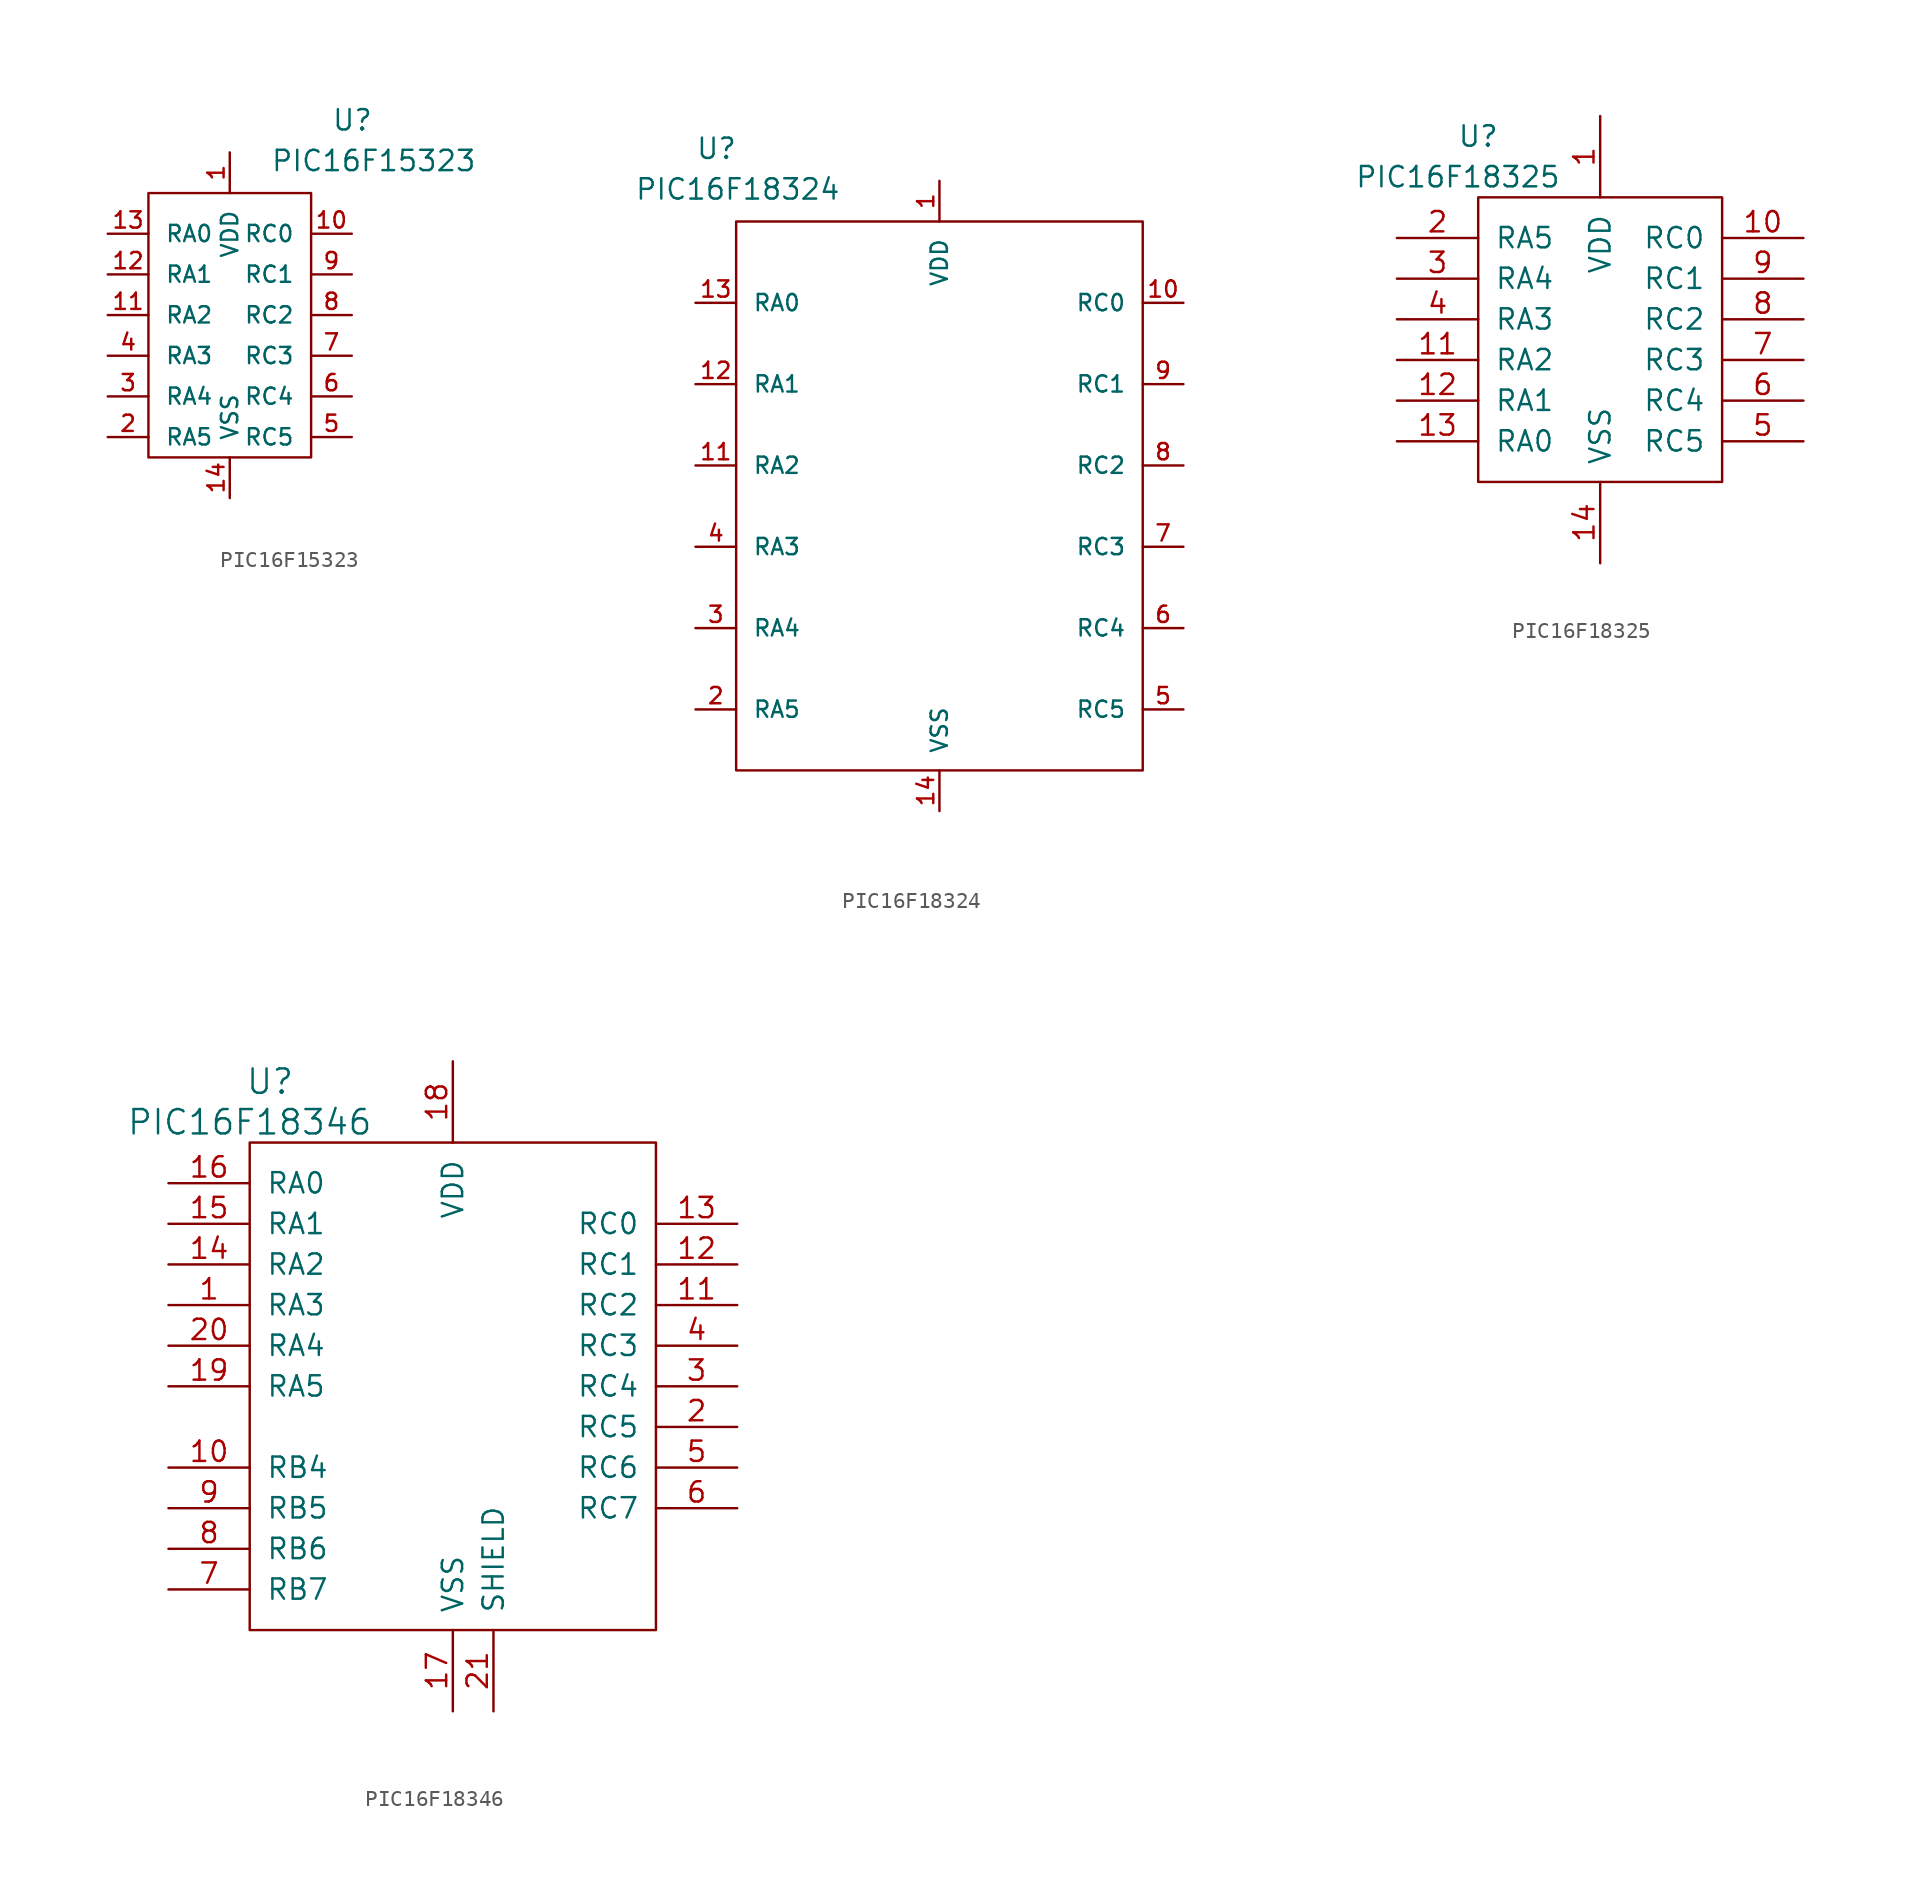
<source format=kicad_sym>
(kicad_symbol_lib
  (version 20211014)
  (generator kicad_symbol_editor)
  (symbol "PIC16F15323"
    (pin_names
      (offset 1.016))
    (property "Reference" "U"
      (at 6.35 12.7 0)
      (effects (font (size 1.27 1.27)) (justify left bottom)))
    (property "Value" "PIC16F15323"
      (at 2.54 10.16 0)
      (effects (font (size 1.27 1.27)) (justify left bottom)))
    (symbol "PIC16F15323_0_0"
      (pin power_in line (at 0 11.43 270) (length 2.54) (name "VDD" (effects (font (size 1.016 1.016)))) (number "1" (effects (font (size 1.016 1.016)))))
      (pin bidirectional line (at 7.62 6.35 180) (length 2.54) (name "RC0" (effects (font (size 1.016 1.016)))) (number "10" (effects (font (size 1.016 1.016)))))
      (pin bidirectional line (at -7.62 1.27 0) (length 2.54) (name "RA2" (effects (font (size 1.016 1.016)))) (number "11" (effects (font (size 1.016 1.016)))))
      (pin bidirectional line (at -7.62 3.81 0) (length 2.54) (name "RA1" (effects (font (size 1.016 1.016)))) (number "12" (effects (font (size 1.016 1.016)))))
      (pin bidirectional line (at -7.62 6.35 0) (length 2.54) (name "RA0" (effects (font (size 1.016 1.016)))) (number "13" (effects (font (size 1.016 1.016)))))
      (pin power_in line (at 0 -10.16 90) (length 2.54) (name "VSS" (effects (font (size 1.016 1.016)))) (number "14" (effects (font (size 1.016 1.016)))))
      (pin bidirectional line (at -7.62 -6.35 0) (length 2.54) (name "RA5" (effects (font (size 1.016 1.016)))) (number "2" (effects (font (size 1.016 1.016)))))
      (pin bidirectional line (at -7.62 -3.81 0) (length 2.54) (name "RA4" (effects (font (size 1.016 1.016)))) (number "3" (effects (font (size 1.016 1.016)))))
      (pin bidirectional line (at -7.62 -1.27 0) (length 2.54) (name "RA3" (effects (font (size 1.016 1.016)))) (number "4" (effects (font (size 1.016 1.016)))))
      (pin bidirectional line (at 7.62 -6.35 180) (length 2.54) (name "RC5" (effects (font (size 1.016 1.016)))) (number "5" (effects (font (size 1.016 1.016)))))
      (pin bidirectional line (at 7.62 -3.81 180) (length 2.54) (name "RC4" (effects (font (size 1.016 1.016)))) (number "6" (effects (font (size 1.016 1.016)))))
      (pin bidirectional line (at 7.62 -1.27 180) (length 2.54) (name "RC3" (effects (font (size 1.016 1.016)))) (number "7" (effects (font (size 1.016 1.016)))))
      (pin bidirectional line (at 7.62 1.27 180) (length 2.54) (name "RC2" (effects (font (size 1.016 1.016)))) (number "8" (effects (font (size 1.016 1.016)))))
      (pin bidirectional line (at 7.62 3.81 180) (length 2.54) (name "RC1" (effects (font (size 1.016 1.016)))) (number "9" (effects (font (size 1.016 1.016))))))
    (symbol "PIC16F15323_0_1"
      (rectangle (start -5.08 8.89) (end 5.08 -7.62) (stroke (width 0) (type default) (color 0 0 0 0)) (fill (type none)))))
  (symbol "PIC16F18324"
    (pin_names
      (offset 1.016))
    (property "Reference" "U"
      (at -15.24 21.59 0)
      (effects (font (size 1.27 1.27)) (justify left bottom)))
    (property "Value" "PIC16F18324"
      (at -19.05 19.05 0)
      (effects (font (size 1.27 1.27)) (justify left bottom)))
    (symbol "PIC16F18324_0_0"
      (pin power_in line (at 0 20.32 270) (length 2.54) (name "VDD" (effects (font (size 1.016 1.016)))) (number "1" (effects (font (size 1.016 1.016)))))
      (pin bidirectional line (at -15.24 2.54 0) (length 2.54) (name "RA2" (effects (font (size 1.016 1.016)))) (number "11" (effects (font (size 1.016 1.016)))))
      (pin bidirectional line (at -15.24 7.62 0) (length 2.54) (name "RA1" (effects (font (size 1.016 1.016)))) (number "12" (effects (font (size 1.016 1.016)))))
      (pin bidirectional line (at -15.24 12.7 0) (length 2.54) (name "RA0" (effects (font (size 1.016 1.016)))) (number "13" (effects (font (size 1.016 1.016)))))
      (pin power_in line (at 0 -19.05 90) (length 2.54) (name "VSS" (effects (font (size 1.016 1.016)))) (number "14" (effects (font (size 1.016 1.016)))))
      (pin bidirectional line (at -15.24 -12.7 0) (length 2.54) (name "RA5" (effects (font (size 1.016 1.016)))) (number "2" (effects (font (size 1.016 1.016)))))
      (pin bidirectional line (at -15.24 -7.62 0) (length 2.54) (name "RA4" (effects (font (size 1.016 1.016)))) (number "3" (effects (font (size 1.016 1.016)))))
      (pin bidirectional line (at -15.24 -2.54 0) (length 2.54) (name "RA3" (effects (font (size 1.016 1.016)))) (number "4" (effects (font (size 1.016 1.016)))))
      (pin bidirectional line (at 15.24 -12.7 180) (length 2.54) (name "RC5" (effects (font (size 1.016 1.016)))) (number "5" (effects (font (size 1.016 1.016)))))
      (pin bidirectional line (at 15.24 -7.62 180) (length 2.54) (name "RC4" (effects (font (size 1.016 1.016)))) (number "6" (effects (font (size 1.016 1.016)))))
      (pin bidirectional line (at 15.24 -2.54 180) (length 2.54) (name "RC3" (effects (font (size 1.016 1.016)))) (number "7" (effects (font (size 1.016 1.016)))))
      (pin bidirectional line (at 15.24 2.54 180) (length 2.54) (name "RC2" (effects (font (size 1.016 1.016)))) (number "8" (effects (font (size 1.016 1.016)))))
      (pin bidirectional line (at 15.24 7.62 180) (length 2.54) (name "RC1" (effects (font (size 1.016 1.016)))) (number "9" (effects (font (size 1.016 1.016))))))
    (symbol "PIC16F18324_0_1"
      (rectangle (start -12.7 17.78) (end 12.7 -16.51) (stroke (width 0) (type default) (color 0 0 0 0)) (fill (type none))))
    (symbol "PIC16F18324_1_0"
      (pin bidirectional line (at 15.24 12.7 180) (length 2.54) (name "RC0" (effects (font (size 1.016 1.016)))) (number "10" (effects (font (size 1.016 1.016)))))))
  (symbol "PIC16F18325"
    (pin_names
      (offset 1.016))
    (property "Reference" "U"
      (at -7.62 12.7 0)
      (effects (font (size 1.27 1.27))))
    (property "Value" "PIC16F18325"
      (at -8.89 10.16 0)
      (effects (font (size 1.27 1.27))))
    (symbol "PIC16F18325_0_1"
      (rectangle (start -7.62 8.89) (end 7.62 -8.89) (stroke (width 0) (type default) (color 0 0 0 0)) (fill (type none))))
    (symbol "PIC16F18325_1_1"
      (pin power_in line (at 0 13.97 270) (length 5.08) (name "VDD" (effects (font (size 1.27 1.27)))) (number "1" (effects (font (size 1.27 1.27)))))
      (pin bidirectional line (at 12.7 6.35 180) (length 5.08) (name "RC0" (effects (font (size 1.27 1.27)))) (number "10" (effects (font (size 1.27 1.27)))))
      (pin bidirectional line (at -12.7 -1.27 0) (length 5.08) (name "RA2" (effects (font (size 1.27 1.27)))) (number "11" (effects (font (size 1.27 1.27)))))
      (pin bidirectional line (at -12.7 -3.81 0) (length 5.08) (name "RA1" (effects (font (size 1.27 1.27)))) (number "12" (effects (font (size 1.27 1.27)))))
      (pin bidirectional line (at -12.7 -6.35 0) (length 5.08) (name "RA0" (effects (font (size 1.27 1.27)))) (number "13" (effects (font (size 1.27 1.27)))))
      (pin bidirectional line (at 0 -13.97 90) (length 5.08) (name "VSS" (effects (font (size 1.27 1.27)))) (number "14" (effects (font (size 1.27 1.27)))))
      (pin bidirectional line (at -12.7 6.35 0) (length 5.08) (name "RA5" (effects (font (size 1.27 1.27)))) (number "2" (effects (font (size 1.27 1.27)))))
      (pin bidirectional line (at -12.7 3.81 0) (length 5.08) (name "RA4" (effects (font (size 1.27 1.27)))) (number "3" (effects (font (size 1.27 1.27)))))
      (pin bidirectional line (at -12.7 1.27 0) (length 5.08) (name "RA3" (effects (font (size 1.27 1.27)))) (number "4" (effects (font (size 1.27 1.27)))))
      (pin bidirectional line (at 12.7 -6.35 180) (length 5.08) (name "RC5" (effects (font (size 1.27 1.27)))) (number "5" (effects (font (size 1.27 1.27)))))
      (pin bidirectional line (at 12.7 -3.81 180) (length 5.08) (name "RC4" (effects (font (size 1.27 1.27)))) (number "6" (effects (font (size 1.27 1.27)))))
      (pin bidirectional line (at 12.7 -1.27 180) (length 5.08) (name "RC3" (effects (font (size 1.27 1.27)))) (number "7" (effects (font (size 1.27 1.27)))))
      (pin bidirectional line (at 12.7 1.27 180) (length 5.08) (name "RC2" (effects (font (size 1.27 1.27)))) (number "8" (effects (font (size 1.27 1.27)))))
      (pin bidirectional line (at 12.7 3.81 180) (length 5.08) (name "RC1" (effects (font (size 1.27 1.27)))) (number "9" (effects (font (size 1.27 1.27)))))))
  (symbol "PIC16F18346"
    (pin_names
      (offset 1.016))
    (property "Reference" "U"
      (at -11.43 16.51 0)
      (effects (font (size 1.524 1.524))))
    (property "Value" "PIC16F18346"
      (at -12.7 13.97 0)
      (effects (font (size 1.524 1.524))))
    (symbol "PIC16F18346_0_1"
      (rectangle (start 12.7 12.7) (end -12.7 -17.78) (stroke (width 0) (type default) (color 0 0 0 0)) (fill (type none))))
    (symbol "PIC16F18346_1_1"
      (pin input line (at -17.78 2.54 0) (length 5.08) (name "RA3" (effects (font (size 1.27 1.27)))) (number "1" (effects (font (size 1.27 1.27)))))
      (pin input line (at -17.78 -7.62 0) (length 5.08) (name "RB4" (effects (font (size 1.27 1.27)))) (number "10" (effects (font (size 1.27 1.27)))))
      (pin input line (at 17.78 2.54 180) (length 5.08) (name "RC2" (effects (font (size 1.27 1.27)))) (number "11" (effects (font (size 1.27 1.27)))))
      (pin bidirectional line (at 17.78 5.08 180) (length 5.08) (name "RC1" (effects (font (size 1.27 1.27)))) (number "12" (effects (font (size 1.27 1.27)))))
      (pin bidirectional line (at 17.78 7.62 180) (length 5.08) (name "RC0" (effects (font (size 1.27 1.27)))) (number "13" (effects (font (size 1.27 1.27)))))
      (pin input line (at -17.78 5.08 0) (length 5.08) (name "RA2" (effects (font (size 1.27 1.27)))) (number "14" (effects (font (size 1.27 1.27)))))
      (pin input line (at -17.78 7.62 0) (length 5.08) (name "RA1" (effects (font (size 1.27 1.27)))) (number "15" (effects (font (size 1.27 1.27)))))
      (pin input line (at -17.78 10.16 0) (length 5.08) (name "RA0" (effects (font (size 1.27 1.27)))) (number "16" (effects (font (size 1.27 1.27)))))
      (pin input line (at 0 -22.86 90) (length 5.08) (name "VSS" (effects (font (size 1.27 1.27)))) (number "17" (effects (font (size 1.27 1.27)))))
      (pin input line (at 0 17.78 270) (length 5.08) (name "VDD" (effects (font (size 1.27 1.27)))) (number "18" (effects (font (size 1.27 1.27)))))
      (pin input line (at -17.78 -2.54 0) (length 5.08) (name "RA5" (effects (font (size 1.27 1.27)))) (number "19" (effects (font (size 1.27 1.27)))))
      (pin input line (at 17.78 -5.08 180) (length 5.08) (name "RC5" (effects (font (size 1.27 1.27)))) (number "2" (effects (font (size 1.27 1.27)))))
      (pin input line (at -17.78 0 0) (length 5.08) (name "RA4" (effects (font (size 1.27 1.27)))) (number "20" (effects (font (size 1.27 1.27)))))
      (pin input line (at 2.54 -22.86 90) (length 5.08) (name "SHIELD" (effects (font (size 1.27 1.27)))) (number "21" (effects (font (size 1.27 1.27)))))
      (pin input line (at 17.78 -2.54 180) (length 5.08) (name "RC4" (effects (font (size 1.27 1.27)))) (number "3" (effects (font (size 1.27 1.27)))))
      (pin input line (at 17.78 0 180) (length 5.08) (name "RC3" (effects (font (size 1.27 1.27)))) (number "4" (effects (font (size 1.27 1.27)))))
      (pin input line (at 17.78 -7.62 180) (length 5.08) (name "RC6" (effects (font (size 1.27 1.27)))) (number "5" (effects (font (size 1.27 1.27)))))
      (pin input line (at 17.78 -10.16 180) (length 5.08) (name "RC7" (effects (font (size 1.27 1.27)))) (number "6" (effects (font (size 1.27 1.27)))))
      (pin input line (at -17.78 -15.24 0) (length 5.08) (name "RB7" (effects (font (size 1.27 1.27)))) (number "7" (effects (font (size 1.27 1.27)))))
      (pin input line (at -17.78 -12.7 0) (length 5.08) (name "RB6" (effects (font (size 1.27 1.27)))) (number "8" (effects (font (size 1.27 1.27)))))
      (pin input line (at -17.78 -10.16 0) (length 5.08) (name "RB5" (effects (font (size 1.27 1.27)))) (number "9" (effects (font (size 1.27 1.27))))))))
</source>
